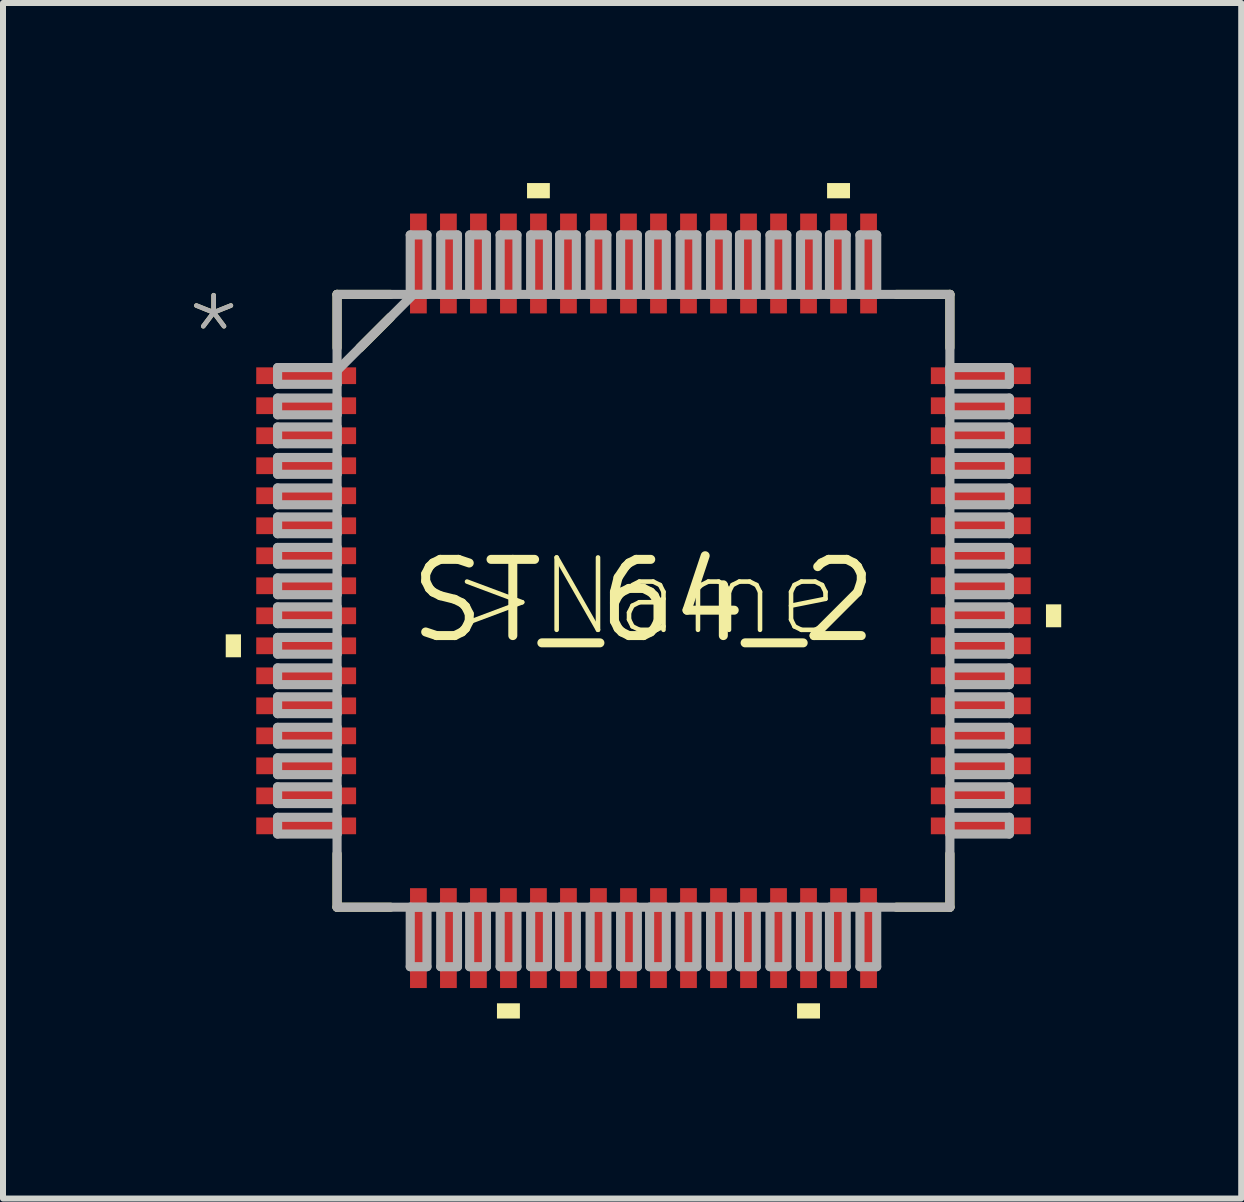
<source format=kicad_pcb>
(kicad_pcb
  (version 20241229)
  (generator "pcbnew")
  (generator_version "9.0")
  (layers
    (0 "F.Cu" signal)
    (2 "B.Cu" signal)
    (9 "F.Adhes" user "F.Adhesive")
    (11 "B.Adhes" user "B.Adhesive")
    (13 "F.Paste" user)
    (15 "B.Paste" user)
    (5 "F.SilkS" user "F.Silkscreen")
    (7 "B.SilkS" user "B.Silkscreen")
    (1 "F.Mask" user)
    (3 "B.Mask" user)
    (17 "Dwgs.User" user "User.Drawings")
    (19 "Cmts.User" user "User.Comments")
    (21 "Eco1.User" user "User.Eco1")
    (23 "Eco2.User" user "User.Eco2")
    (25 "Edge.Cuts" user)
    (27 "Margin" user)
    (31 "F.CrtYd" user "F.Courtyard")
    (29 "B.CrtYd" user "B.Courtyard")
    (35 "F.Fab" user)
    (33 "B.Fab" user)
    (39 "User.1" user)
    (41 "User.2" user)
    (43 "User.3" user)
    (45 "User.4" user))
  (footprint "ST_64_2"
    (layer "F.Cu")
    (at 7.671 6.96)
    (property "Reference" "ST_64_2" (at 0 0 0) (layer "F.SilkS") (effects (font (size 1.27 1.27) (thickness 0.15))))
    (attr through_hole)
    (fp_line (start -5.105 -5.105) (end -5.105 -4.216) (stroke (width 0.152) (type solid)) (layer "F.SilkS"))
    (fp_line (start -5.105 4.216) (end -5.105 5.105) (stroke (width 0.152) (type solid)) (layer "F.SilkS"))
    (fp_line (start -5.105 5.105) (end -4.216 5.105) (stroke (width 0.152) (type solid)) (layer "F.SilkS"))
    (fp_line (start -4.724 -4.216) (end -4.216 -4.724) (stroke (width 0.152) (type solid)) (layer "F.SilkS"))
    (fp_line (start -4.216 -5.105) (end -5.105 -5.105) (stroke (width 0.152) (type solid)) (layer "F.SilkS"))
    (fp_line (start 4.216 5.105) (end 5.105 5.105) (stroke (width 0.152) (type solid)) (layer "F.SilkS"))
    (fp_line (start 5.105 -5.105) (end 4.216 -5.105) (stroke (width 0.152) (type solid)) (layer "F.SilkS"))
    (fp_line (start 5.105 -4.216) (end 5.105 -5.105) (stroke (width 0.152) (type solid)) (layer "F.SilkS"))
    (fp_line (start 5.105 5.105) (end 5.105 4.216) (stroke (width 0.152) (type solid)) (layer "F.SilkS"))
    (fp_poly (pts (xy -6.96 0.559) (xy -6.96 0.941) (xy -6.706 0.941) (xy -6.706 0.559)) (stroke (width 0) (type solid)) (fill yes) (layer "F.SilkS"))
    (fp_poly (pts (xy -2.441 6.706) (xy -2.441 6.96) (xy -2.059 6.96) (xy -2.059 6.706)) (stroke (width 0) (type solid)) (fill yes) (layer "F.SilkS"))
    (fp_poly (pts (xy -1.94 -6.706) (xy -1.94 -6.96) (xy -1.56 -6.96) (xy -1.56 -6.706)) (stroke (width 0) (type solid)) (fill yes) (layer "F.SilkS"))
    (fp_poly (pts (xy 2.559 6.706) (xy 2.559 6.96) (xy 2.941 6.96) (xy 2.941 6.706)) (stroke (width 0) (type solid)) (fill yes) (layer "F.SilkS"))
    (fp_poly (pts (xy 3.059 -6.706) (xy 3.059 -6.96) (xy 3.441 -6.96) (xy 3.441 -6.706)) (stroke (width 0) (type solid)) (fill yes) (layer "F.SilkS"))
    (fp_poly (pts (xy 6.96 0.059) (xy 6.96 0.441) (xy 6.706 0.441) (xy 6.706 0.059)) (stroke (width 0) (type solid)) (fill yes) (layer "F.SilkS"))
    (fp_line (start -6.096 -3.886) (end -6.096 -3.607) (stroke (width 0.152) (type solid)) (layer "F.Fab"))
    (fp_line (start -6.096 -3.607) (end -5.105 -3.607) (stroke (width 0.152) (type solid)) (layer "F.Fab"))
    (fp_line (start -6.096 -3.378) (end -6.096 -3.099) (stroke (width 0.152) (type solid)) (layer "F.Fab"))
    (fp_line (start -6.096 -3.099) (end -5.105 -3.099) (stroke (width 0.152) (type solid)) (layer "F.Fab"))
    (fp_line (start -6.096 -2.896) (end -6.096 -2.616) (stroke (width 0.152) (type solid)) (layer "F.Fab"))
    (fp_line (start -6.096 -2.616) (end -5.105 -2.616) (stroke (width 0.152) (type solid)) (layer "F.Fab"))
    (fp_line (start -6.096 -2.388) (end -6.096 -2.108) (stroke (width 0.152) (type solid)) (layer "F.Fab"))
    (fp_line (start -6.096 -2.108) (end -5.105 -2.108) (stroke (width 0.152) (type solid)) (layer "F.Fab"))
    (fp_line (start -6.096 -1.88) (end -6.096 -1.6) (stroke (width 0.152) (type solid)) (layer "F.Fab"))
    (fp_line (start -6.096 -1.6) (end -5.105 -1.6) (stroke (width 0.152) (type solid)) (layer "F.Fab"))
    (fp_line (start -6.096 -1.397) (end -6.096 -1.118) (stroke (width 0.152) (type solid)) (layer "F.Fab"))
    (fp_line (start -6.096 -1.118) (end -5.105 -1.118) (stroke (width 0.152) (type solid)) (layer "F.Fab"))
    (fp_line (start -6.096 -0.889) (end -6.096 -0.61) (stroke (width 0.152) (type solid)) (layer "F.Fab"))
    (fp_line (start -6.096 -0.61) (end -5.105 -0.61) (stroke (width 0.152) (type solid)) (layer "F.Fab"))
    (fp_line (start -6.096 -0.381) (end -6.096 -0.102) (stroke (width 0.152) (type solid)) (layer "F.Fab"))
    (fp_line (start -6.096 -0.102) (end -5.105 -0.102) (stroke (width 0.152) (type solid)) (layer "F.Fab"))
    (fp_line (start -6.096 0.102) (end -6.096 0.381) (stroke (width 0.152) (type solid)) (layer "F.Fab"))
    (fp_line (start -6.096 0.381) (end -5.105 0.381) (stroke (width 0.152) (type solid)) (layer "F.Fab"))
    (fp_line (start -6.096 0.61) (end -6.096 0.889) (stroke (width 0.152) (type solid)) (layer "F.Fab"))
    (fp_line (start -6.096 0.889) (end -5.105 0.889) (stroke (width 0.152) (type solid)) (layer "F.Fab"))
    (fp_line (start -6.096 1.118) (end -6.096 1.397) (stroke (width 0.152) (type solid)) (layer "F.Fab"))
    (fp_line (start -6.096 1.397) (end -5.105 1.397) (stroke (width 0.152) (type solid)) (layer "F.Fab"))
    (fp_line (start -6.096 1.6) (end -6.096 1.88) (stroke (width 0.152) (type solid)) (layer "F.Fab"))
    (fp_line (start -6.096 1.88) (end -5.105 1.88) (stroke (width 0.152) (type solid)) (layer "F.Fab"))
    (fp_line (start -6.096 2.108) (end -6.096 2.388) (stroke (width 0.152) (type solid)) (layer "F.Fab"))
    (fp_line (start -6.096 2.388) (end -5.105 2.388) (stroke (width 0.152) (type solid)) (layer "F.Fab"))
    (fp_line (start -6.096 2.616) (end -6.096 2.896) (stroke (width 0.152) (type solid)) (layer "F.Fab"))
    (fp_line (start -6.096 2.896) (end -5.105 2.896) (stroke (width 0.152) (type solid)) (layer "F.Fab"))
    (fp_line (start -6.096 3.099) (end -6.096 3.378) (stroke (width 0.152) (type solid)) (layer "F.Fab"))
    (fp_line (start -6.096 3.378) (end -5.105 3.378) (stroke (width 0.152) (type solid)) (layer "F.Fab"))
    (fp_line (start -6.096 3.607) (end -6.096 3.886) (stroke (width 0.152) (type solid)) (layer "F.Fab"))
    (fp_line (start -6.096 3.886) (end -5.105 3.886) (stroke (width 0.152) (type solid)) (layer "F.Fab"))
    (fp_line (start -5.105 -5.105) (end -5.105 5.105) (stroke (width 0.152) (type solid)) (layer "F.Fab"))
    (fp_line (start -5.105 -3.886) (end -6.096 -3.886) (stroke (width 0.152) (type solid)) (layer "F.Fab"))
    (fp_line (start -5.105 -3.835) (end -5.105 -3.886) (stroke (width 0.152) (type solid)) (layer "F.Fab"))
    (fp_line (start -5.105 -3.835) (end -3.835 -5.105) (stroke (width 0.152) (type solid)) (layer "F.Fab"))
    (fp_line (start -5.105 -3.607) (end -5.105 -3.835) (stroke (width 0.152) (type solid)) (layer "F.Fab"))
    (fp_line (start -5.105 -3.378) (end -6.096 -3.378) (stroke (width 0.152) (type solid)) (layer "F.Fab"))
    (fp_line (start -5.105 -3.099) (end -5.105 -3.378) (stroke (width 0.152) (type solid)) (layer "F.Fab"))
    (fp_line (start -5.105 -2.896) (end -6.096 -2.896) (stroke (width 0.152) (type solid)) (layer "F.Fab"))
    (fp_line (start -5.105 -2.616) (end -5.105 -2.896) (stroke (width 0.152) (type solid)) (layer "F.Fab"))
    (fp_line (start -5.105 -2.388) (end -6.096 -2.388) (stroke (width 0.152) (type solid)) (layer "F.Fab"))
    (fp_line (start -5.105 -2.108) (end -5.105 -2.388) (stroke (width 0.152) (type solid)) (layer "F.Fab"))
    (fp_line (start -5.105 -1.88) (end -6.096 -1.88) (stroke (width 0.152) (type solid)) (layer "F.Fab"))
    (fp_line (start -5.105 -1.6) (end -5.105 -1.88) (stroke (width 0.152) (type solid)) (layer "F.Fab"))
    (fp_line (start -5.105 -1.397) (end -6.096 -1.397) (stroke (width 0.152) (type solid)) (layer "F.Fab"))
    (fp_line (start -5.105 -1.118) (end -5.105 -1.397) (stroke (width 0.152) (type solid)) (layer "F.Fab"))
    (fp_line (start -5.105 -0.889) (end -6.096 -0.889) (stroke (width 0.152) (type solid)) (layer "F.Fab"))
    (fp_line (start -5.105 -0.61) (end -5.105 -0.889) (stroke (width 0.152) (type solid)) (layer "F.Fab"))
    (fp_line (start -5.105 -0.381) (end -6.096 -0.381) (stroke (width 0.152) (type solid)) (layer "F.Fab"))
    (fp_line (start -5.105 -0.102) (end -5.105 -0.381) (stroke (width 0.152) (type solid)) (layer "F.Fab"))
    (fp_line (start -5.105 0.102) (end -6.096 0.102) (stroke (width 0.152) (type solid)) (layer "F.Fab"))
    (fp_line (start -5.105 0.381) (end -5.105 0.102) (stroke (width 0.152) (type solid)) (layer "F.Fab"))
    (fp_line (start -5.105 0.61) (end -6.096 0.61) (stroke (width 0.152) (type solid)) (layer "F.Fab"))
    (fp_line (start -5.105 0.889) (end -5.105 0.61) (stroke (width 0.152) (type solid)) (layer "F.Fab"))
    (fp_line (start -5.105 1.118) (end -6.096 1.118) (stroke (width 0.152) (type solid)) (layer "F.Fab"))
    (fp_line (start -5.105 1.397) (end -5.105 1.118) (stroke (width 0.152) (type solid)) (layer "F.Fab"))
    (fp_line (start -5.105 1.6) (end -6.096 1.6) (stroke (width 0.152) (type solid)) (layer "F.Fab"))
    (fp_line (start -5.105 1.88) (end -5.105 1.6) (stroke (width 0.152) (type solid)) (layer "F.Fab"))
    (fp_line (start -5.105 2.108) (end -6.096 2.108) (stroke (width 0.152) (type solid)) (layer "F.Fab"))
    (fp_line (start -5.105 2.388) (end -5.105 2.108) (stroke (width 0.152) (type solid)) (layer "F.Fab"))
    (fp_line (start -5.105 2.616) (end -6.096 2.616) (stroke (width 0.152) (type solid)) (layer "F.Fab"))
    (fp_line (start -5.105 2.896) (end -5.105 2.616) (stroke (width 0.152) (type solid)) (layer "F.Fab"))
    (fp_line (start -5.105 3.099) (end -6.096 3.099) (stroke (width 0.152) (type solid)) (layer "F.Fab"))
    (fp_line (start -5.105 3.378) (end -5.105 3.099) (stroke (width 0.152) (type solid)) (layer "F.Fab"))
    (fp_line (start -5.105 3.607) (end -6.096 3.607) (stroke (width 0.152) (type solid)) (layer "F.Fab"))
    (fp_line (start -5.105 3.886) (end -5.105 3.607) (stroke (width 0.152) (type solid)) (layer "F.Fab"))
    (fp_line (start -5.105 5.105) (end 5.105 5.105) (stroke (width 0.152) (type solid)) (layer "F.Fab"))
    (fp_line (start -3.886 -6.096) (end -3.886 -5.105) (stroke (width 0.152) (type solid)) (layer "F.Fab"))
    (fp_line (start -3.886 -5.105) (end -3.835 -5.105) (stroke (width 0.152) (type solid)) (layer "F.Fab"))
    (fp_line (start -3.886 5.105) (end -3.886 6.096) (stroke (width 0.152) (type solid)) (layer "F.Fab"))
    (fp_line (start -3.886 6.096) (end -3.607 6.096) (stroke (width 0.152) (type solid)) (layer "F.Fab"))
    (fp_line (start -3.835 -5.105) (end -3.607 -5.105) (stroke (width 0.152) (type solid)) (layer "F.Fab"))
    (fp_line (start -3.607 -6.096) (end -3.886 -6.096) (stroke (width 0.152) (type solid)) (layer "F.Fab"))
    (fp_line (start -3.607 -5.105) (end -3.607 -6.096) (stroke (width 0.152) (type solid)) (layer "F.Fab"))
    (fp_line (start -3.607 5.105) (end -3.886 5.105) (stroke (width 0.152) (type solid)) (layer "F.Fab"))
    (fp_line (start -3.607 6.096) (end -3.607 5.105) (stroke (width 0.152) (type solid)) (layer "F.Fab"))
    (fp_line (start -3.378 -6.096) (end -3.378 -5.105) (stroke (width 0.152) (type solid)) (layer "F.Fab"))
    (fp_line (start -3.378 -5.105) (end -3.099 -5.105) (stroke (width 0.152) (type solid)) (layer "F.Fab"))
    (fp_line (start -3.378 5.105) (end -3.378 6.096) (stroke (width 0.152) (type solid)) (layer "F.Fab"))
    (fp_line (start -3.378 6.096) (end -3.099 6.096) (stroke (width 0.152) (type solid)) (layer "F.Fab"))
    (fp_line (start -3.099 -6.096) (end -3.378 -6.096) (stroke (width 0.152) (type solid)) (layer "F.Fab"))
    (fp_line (start -3.099 -5.105) (end -3.099 -6.096) (stroke (width 0.152) (type solid)) (layer "F.Fab"))
    (fp_line (start -3.099 5.105) (end -3.378 5.105) (stroke (width 0.152) (type solid)) (layer "F.Fab"))
    (fp_line (start -3.099 6.096) (end -3.099 5.105) (stroke (width 0.152) (type solid)) (layer "F.Fab"))
    (fp_line (start -2.896 -6.096) (end -2.896 -5.105) (stroke (width 0.152) (type solid)) (layer "F.Fab"))
    (fp_line (start -2.896 -5.105) (end -2.616 -5.105) (stroke (width 0.152) (type solid)) (layer "F.Fab"))
    (fp_line (start -2.896 5.105) (end -2.896 6.096) (stroke (width 0.152) (type solid)) (layer "F.Fab"))
    (fp_line (start -2.896 6.096) (end -2.616 6.096) (stroke (width 0.152) (type solid)) (layer "F.Fab"))
    (fp_line (start -2.616 -6.096) (end -2.896 -6.096) (stroke (width 0.152) (type solid)) (layer "F.Fab"))
    (fp_line (start -2.616 -5.105) (end -2.616 -6.096) (stroke (width 0.152) (type solid)) (layer "F.Fab"))
    (fp_line (start -2.616 5.105) (end -2.896 5.105) (stroke (width 0.152) (type solid)) (layer "F.Fab"))
    (fp_line (start -2.616 6.096) (end -2.616 5.105) (stroke (width 0.152) (type solid)) (layer "F.Fab"))
    (fp_line (start -2.388 -6.096) (end -2.388 -5.105) (stroke (width 0.152) (type solid)) (layer "F.Fab"))
    (fp_line (start -2.388 -5.105) (end -2.108 -5.105) (stroke (width 0.152) (type solid)) (layer "F.Fab"))
    (fp_line (start -2.388 5.105) (end -2.388 6.096) (stroke (width 0.152) (type solid)) (layer "F.Fab"))
    (fp_line (start -2.388 6.096) (end -2.108 6.096) (stroke (width 0.152) (type solid)) (layer "F.Fab"))
    (fp_line (start -2.108 -6.096) (end -2.388 -6.096) (stroke (width 0.152) (type solid)) (layer "F.Fab"))
    (fp_line (start -2.108 -5.105) (end -2.108 -6.096) (stroke (width 0.152) (type solid)) (layer "F.Fab"))
    (fp_line (start -2.108 5.105) (end -2.388 5.105) (stroke (width 0.152) (type solid)) (layer "F.Fab"))
    (fp_line (start -2.108 6.096) (end -2.108 5.105) (stroke (width 0.152) (type solid)) (layer "F.Fab"))
    (fp_line (start -1.88 -6.096) (end -1.88 -5.105) (stroke (width 0.152) (type solid)) (layer "F.Fab"))
    (fp_line (start -1.88 -5.105) (end -1.6 -5.105) (stroke (width 0.152) (type solid)) (layer "F.Fab"))
    (fp_line (start -1.88 5.105) (end -1.88 6.096) (stroke (width 0.152) (type solid)) (layer "F.Fab"))
    (fp_line (start -1.88 6.096) (end -1.6 6.096) (stroke (width 0.152) (type solid)) (layer "F.Fab"))
    (fp_line (start -1.6 -6.096) (end -1.88 -6.096) (stroke (width 0.152) (type solid)) (layer "F.Fab"))
    (fp_line (start -1.6 -5.105) (end -1.6 -6.096) (stroke (width 0.152) (type solid)) (layer "F.Fab"))
    (fp_line (start -1.6 5.105) (end -1.88 5.105) (stroke (width 0.152) (type solid)) (layer "F.Fab"))
    (fp_line (start -1.6 6.096) (end -1.6 5.105) (stroke (width 0.152) (type solid)) (layer "F.Fab"))
    (fp_line (start -1.397 -6.096) (end -1.397 -5.105) (stroke (width 0.152) (type solid)) (layer "F.Fab"))
    (fp_line (start -1.397 -5.105) (end -1.118 -5.105) (stroke (width 0.152) (type solid)) (layer "F.Fab"))
    (fp_line (start -1.397 5.105) (end -1.397 6.096) (stroke (width 0.152) (type solid)) (layer "F.Fab"))
    (fp_line (start -1.397 6.096) (end -1.118 6.096) (stroke (width 0.152) (type solid)) (layer "F.Fab"))
    (fp_line (start -1.118 -6.096) (end -1.397 -6.096) (stroke (width 0.152) (type solid)) (layer "F.Fab"))
    (fp_line (start -1.118 -5.105) (end -1.118 -6.096) (stroke (width 0.152) (type solid)) (layer "F.Fab"))
    (fp_line (start -1.118 5.105) (end -1.397 5.105) (stroke (width 0.152) (type solid)) (layer "F.Fab"))
    (fp_line (start -1.118 6.096) (end -1.118 5.105) (stroke (width 0.152) (type solid)) (layer "F.Fab"))
    (fp_line (start -0.889 -6.096) (end -0.889 -5.105) (stroke (width 0.152) (type solid)) (layer "F.Fab"))
    (fp_line (start -0.889 -5.105) (end -0.61 -5.105) (stroke (width 0.152) (type solid)) (layer "F.Fab"))
    (fp_line (start -0.889 5.105) (end -0.889 6.096) (stroke (width 0.152) (type solid)) (layer "F.Fab"))
    (fp_line (start -0.889 6.096) (end -0.61 6.096) (stroke (width 0.152) (type solid)) (layer "F.Fab"))
    (fp_line (start -0.61 -6.096) (end -0.889 -6.096) (stroke (width 0.152) (type solid)) (layer "F.Fab"))
    (fp_line (start -0.61 -5.105) (end -0.61 -6.096) (stroke (width 0.152) (type solid)) (layer "F.Fab"))
    (fp_line (start -0.61 5.105) (end -0.889 5.105) (stroke (width 0.152) (type solid)) (layer "F.Fab"))
    (fp_line (start -0.61 6.096) (end -0.61 5.105) (stroke (width 0.152) (type solid)) (layer "F.Fab"))
    (fp_line (start -0.381 -6.096) (end -0.381 -5.105) (stroke (width 0.152) (type solid)) (layer "F.Fab"))
    (fp_line (start -0.381 -5.105) (end -0.102 -5.105) (stroke (width 0.152) (type solid)) (layer "F.Fab"))
    (fp_line (start -0.381 5.105) (end -0.381 6.096) (stroke (width 0.152) (type solid)) (layer "F.Fab"))
    (fp_line (start -0.381 6.096) (end -0.102 6.096) (stroke (width 0.152) (type solid)) (layer "F.Fab"))
    (fp_line (start -0.102 -6.096) (end -0.381 -6.096) (stroke (width 0.152) (type solid)) (layer "F.Fab"))
    (fp_line (start -0.102 -5.105) (end -0.102 -6.096) (stroke (width 0.152) (type solid)) (layer "F.Fab"))
    (fp_line (start -0.102 5.105) (end -0.381 5.105) (stroke (width 0.152) (type solid)) (layer "F.Fab"))
    (fp_line (start -0.102 6.096) (end -0.102 5.105) (stroke (width 0.152) (type solid)) (layer "F.Fab"))
    (fp_line (start 0.102 -6.096) (end 0.102 -5.105) (stroke (width 0.152) (type solid)) (layer "F.Fab"))
    (fp_line (start 0.102 -5.105) (end 0.381 -5.105) (stroke (width 0.152) (type solid)) (layer "F.Fab"))
    (fp_line (start 0.102 5.105) (end 0.102 6.096) (stroke (width 0.152) (type solid)) (layer "F.Fab"))
    (fp_line (start 0.102 6.096) (end 0.381 6.096) (stroke (width 0.152) (type solid)) (layer "F.Fab"))
    (fp_line (start 0.381 -6.096) (end 0.102 -6.096) (stroke (width 0.152) (type solid)) (layer "F.Fab"))
    (fp_line (start 0.381 -5.105) (end 0.381 -6.096) (stroke (width 0.152) (type solid)) (layer "F.Fab"))
    (fp_line (start 0.381 5.105) (end 0.102 5.105) (stroke (width 0.152) (type solid)) (layer "F.Fab"))
    (fp_line (start 0.381 6.096) (end 0.381 5.105) (stroke (width 0.152) (type solid)) (layer "F.Fab"))
    (fp_line (start 0.61 -6.096) (end 0.61 -5.105) (stroke (width 0.152) (type solid)) (layer "F.Fab"))
    (fp_line (start 0.61 -5.105) (end 0.889 -5.105) (stroke (width 0.152) (type solid)) (layer "F.Fab"))
    (fp_line (start 0.61 5.105) (end 0.61 6.096) (stroke (width 0.152) (type solid)) (layer "F.Fab"))
    (fp_line (start 0.61 6.096) (end 0.889 6.096) (stroke (width 0.152) (type solid)) (layer "F.Fab"))
    (fp_line (start 0.889 -6.096) (end 0.61 -6.096) (stroke (width 0.152) (type solid)) (layer "F.Fab"))
    (fp_line (start 0.889 -5.105) (end 0.889 -6.096) (stroke (width 0.152) (type solid)) (layer "F.Fab"))
    (fp_line (start 0.889 5.105) (end 0.61 5.105) (stroke (width 0.152) (type solid)) (layer "F.Fab"))
    (fp_line (start 0.889 6.096) (end 0.889 5.105) (stroke (width 0.152) (type solid)) (layer "F.Fab"))
    (fp_line (start 1.118 -6.096) (end 1.118 -5.105) (stroke (width 0.152) (type solid)) (layer "F.Fab"))
    (fp_line (start 1.118 -5.105) (end 1.397 -5.105) (stroke (width 0.152) (type solid)) (layer "F.Fab"))
    (fp_line (start 1.118 5.105) (end 1.118 6.096) (stroke (width 0.152) (type solid)) (layer "F.Fab"))
    (fp_line (start 1.118 6.096) (end 1.397 6.096) (stroke (width 0.152) (type solid)) (layer "F.Fab"))
    (fp_line (start 1.397 -6.096) (end 1.118 -6.096) (stroke (width 0.152) (type solid)) (layer "F.Fab"))
    (fp_line (start 1.397 -5.105) (end 1.397 -6.096) (stroke (width 0.152) (type solid)) (layer "F.Fab"))
    (fp_line (start 1.397 5.105) (end 1.118 5.105) (stroke (width 0.152) (type solid)) (layer "F.Fab"))
    (fp_line (start 1.397 6.096) (end 1.397 5.105) (stroke (width 0.152) (type solid)) (layer "F.Fab"))
    (fp_line (start 1.6 -6.096) (end 1.6 -5.105) (stroke (width 0.152) (type solid)) (layer "F.Fab"))
    (fp_line (start 1.6 -5.105) (end 1.88 -5.105) (stroke (width 0.152) (type solid)) (layer "F.Fab"))
    (fp_line (start 1.6 5.105) (end 1.6 6.096) (stroke (width 0.152) (type solid)) (layer "F.Fab"))
    (fp_line (start 1.6 6.096) (end 1.88 6.096) (stroke (width 0.152) (type solid)) (layer "F.Fab"))
    (fp_line (start 1.88 -6.096) (end 1.6 -6.096) (stroke (width 0.152) (type solid)) (layer "F.Fab"))
    (fp_line (start 1.88 -5.105) (end 1.88 -6.096) (stroke (width 0.152) (type solid)) (layer "F.Fab"))
    (fp_line (start 1.88 5.105) (end 1.6 5.105) (stroke (width 0.152) (type solid)) (layer "F.Fab"))
    (fp_line (start 1.88 6.096) (end 1.88 5.105) (stroke (width 0.152) (type solid)) (layer "F.Fab"))
    (fp_line (start 2.108 -6.096) (end 2.108 -5.105) (stroke (width 0.152) (type solid)) (layer "F.Fab"))
    (fp_line (start 2.108 -5.105) (end 2.388 -5.105) (stroke (width 0.152) (type solid)) (layer "F.Fab"))
    (fp_line (start 2.108 5.105) (end 2.108 6.096) (stroke (width 0.152) (type solid)) (layer "F.Fab"))
    (fp_line (start 2.108 6.096) (end 2.388 6.096) (stroke (width 0.152) (type solid)) (layer "F.Fab"))
    (fp_line (start 2.388 -6.096) (end 2.108 -6.096) (stroke (width 0.152) (type solid)) (layer "F.Fab"))
    (fp_line (start 2.388 -5.105) (end 2.388 -6.096) (stroke (width 0.152) (type solid)) (layer "F.Fab"))
    (fp_line (start 2.388 5.105) (end 2.108 5.105) (stroke (width 0.152) (type solid)) (layer "F.Fab"))
    (fp_line (start 2.388 6.096) (end 2.388 5.105) (stroke (width 0.152) (type solid)) (layer "F.Fab"))
    (fp_line (start 2.616 -6.096) (end 2.616 -5.105) (stroke (width 0.152) (type solid)) (layer "F.Fab"))
    (fp_line (start 2.616 -5.105) (end 2.896 -5.105) (stroke (width 0.152) (type solid)) (layer "F.Fab"))
    (fp_line (start 2.616 5.105) (end 2.616 6.096) (stroke (width 0.152) (type solid)) (layer "F.Fab"))
    (fp_line (start 2.616 6.096) (end 2.896 6.096) (stroke (width 0.152) (type solid)) (layer "F.Fab"))
    (fp_line (start 2.896 -6.096) (end 2.616 -6.096) (stroke (width 0.152) (type solid)) (layer "F.Fab"))
    (fp_line (start 2.896 -5.105) (end 2.896 -6.096) (stroke (width 0.152) (type solid)) (layer "F.Fab"))
    (fp_line (start 2.896 5.105) (end 2.616 5.105) (stroke (width 0.152) (type solid)) (layer "F.Fab"))
    (fp_line (start 2.896 6.096) (end 2.896 5.105) (stroke (width 0.152) (type solid)) (layer "F.Fab"))
    (fp_line (start 3.099 -6.096) (end 3.099 -5.105) (stroke (width 0.152) (type solid)) (layer "F.Fab"))
    (fp_line (start 3.099 -5.105) (end 3.378 -5.105) (stroke (width 0.152) (type solid)) (layer "F.Fab"))
    (fp_line (start 3.099 5.105) (end 3.099 6.096) (stroke (width 0.152) (type solid)) (layer "F.Fab"))
    (fp_line (start 3.099 6.096) (end 3.378 6.096) (stroke (width 0.152) (type solid)) (layer "F.Fab"))
    (fp_line (start 3.378 -6.096) (end 3.099 -6.096) (stroke (width 0.152) (type solid)) (layer "F.Fab"))
    (fp_line (start 3.378 -5.105) (end 3.378 -6.096) (stroke (width 0.152) (type solid)) (layer "F.Fab"))
    (fp_line (start 3.378 5.105) (end 3.099 5.105) (stroke (width 0.152) (type solid)) (layer "F.Fab"))
    (fp_line (start 3.378 6.096) (end 3.378 5.105) (stroke (width 0.152) (type solid)) (layer "F.Fab"))
    (fp_line (start 3.607 -6.096) (end 3.607 -5.105) (stroke (width 0.152) (type solid)) (layer "F.Fab"))
    (fp_line (start 3.607 -5.105) (end 3.886 -5.105) (stroke (width 0.152) (type solid)) (layer "F.Fab"))
    (fp_line (start 3.607 5.105) (end 3.607 6.096) (stroke (width 0.152) (type solid)) (layer "F.Fab"))
    (fp_line (start 3.607 6.096) (end 3.886 6.096) (stroke (width 0.152) (type solid)) (layer "F.Fab"))
    (fp_line (start 3.886 -6.096) (end 3.607 -6.096) (stroke (width 0.152) (type solid)) (layer "F.Fab"))
    (fp_line (start 3.886 -5.105) (end 3.886 -6.096) (stroke (width 0.152) (type solid)) (layer "F.Fab"))
    (fp_line (start 3.886 5.105) (end 3.607 5.105) (stroke (width 0.152) (type solid)) (layer "F.Fab"))
    (fp_line (start 3.886 6.096) (end 3.886 5.105) (stroke (width 0.152) (type solid)) (layer "F.Fab"))
    (fp_line (start 5.105 -5.105) (end -5.105 -5.105) (stroke (width 0.152) (type solid)) (layer "F.Fab"))
    (fp_line (start 5.105 -3.886) (end 5.105 -3.607) (stroke (width 0.152) (type solid)) (layer "F.Fab"))
    (fp_line (start 5.105 -3.607) (end 6.096 -3.607) (stroke (width 0.152) (type solid)) (layer "F.Fab"))
    (fp_line (start 5.105 -3.378) (end 5.105 -3.099) (stroke (width 0.152) (type solid)) (layer "F.Fab"))
    (fp_line (start 5.105 -3.099) (end 6.096 -3.099) (stroke (width 0.152) (type solid)) (layer "F.Fab"))
    (fp_line (start 5.105 -2.896) (end 5.105 -2.616) (stroke (width 0.152) (type solid)) (layer "F.Fab"))
    (fp_line (start 5.105 -2.616) (end 6.096 -2.616) (stroke (width 0.152) (type solid)) (layer "F.Fab"))
    (fp_line (start 5.105 -2.388) (end 5.105 -2.108) (stroke (width 0.152) (type solid)) (layer "F.Fab"))
    (fp_line (start 5.105 -2.108) (end 6.096 -2.108) (stroke (width 0.152) (type solid)) (layer "F.Fab"))
    (fp_line (start 5.105 -1.88) (end 5.105 -1.6) (stroke (width 0.152) (type solid)) (layer "F.Fab"))
    (fp_line (start 5.105 -1.6) (end 6.096 -1.6) (stroke (width 0.152) (type solid)) (layer "F.Fab"))
    (fp_line (start 5.105 -1.397) (end 5.105 -1.118) (stroke (width 0.152) (type solid)) (layer "F.Fab"))
    (fp_line (start 5.105 -1.118) (end 6.096 -1.118) (stroke (width 0.152) (type solid)) (layer "F.Fab"))
    (fp_line (start 5.105 -0.889) (end 5.105 -0.61) (stroke (width 0.152) (type solid)) (layer "F.Fab"))
    (fp_line (start 5.105 -0.61) (end 6.096 -0.61) (stroke (width 0.152) (type solid)) (layer "F.Fab"))
    (fp_line (start 5.105 -0.381) (end 5.105 -0.102) (stroke (width 0.152) (type solid)) (layer "F.Fab"))
    (fp_line (start 5.105 -0.102) (end 6.096 -0.102) (stroke (width 0.152) (type solid)) (layer "F.Fab"))
    (fp_line (start 5.105 0.102) (end 5.105 0.381) (stroke (width 0.152) (type solid)) (layer "F.Fab"))
    (fp_line (start 5.105 0.381) (end 6.096 0.381) (stroke (width 0.152) (type solid)) (layer "F.Fab"))
    (fp_line (start 5.105 0.61) (end 5.105 0.889) (stroke (width 0.152) (type solid)) (layer "F.Fab"))
    (fp_line (start 5.105 0.889) (end 6.096 0.889) (stroke (width 0.152) (type solid)) (layer "F.Fab"))
    (fp_line (start 5.105 1.118) (end 5.105 1.397) (stroke (width 0.152) (type solid)) (layer "F.Fab"))
    (fp_line (start 5.105 1.397) (end 6.096 1.397) (stroke (width 0.152) (type solid)) (layer "F.Fab"))
    (fp_line (start 5.105 1.6) (end 5.105 1.88) (stroke (width 0.152) (type solid)) (layer "F.Fab"))
    (fp_line (start 5.105 1.88) (end 6.096 1.88) (stroke (width 0.152) (type solid)) (layer "F.Fab"))
    (fp_line (start 5.105 2.108) (end 5.105 2.388) (stroke (width 0.152) (type solid)) (layer "F.Fab"))
    (fp_line (start 5.105 2.388) (end 6.096 2.388) (stroke (width 0.152) (type solid)) (layer "F.Fab"))
    (fp_line (start 5.105 2.616) (end 5.105 2.896) (stroke (width 0.152) (type solid)) (layer "F.Fab"))
    (fp_line (start 5.105 2.896) (end 6.096 2.896) (stroke (width 0.152) (type solid)) (layer "F.Fab"))
    (fp_line (start 5.105 3.099) (end 5.105 3.378) (stroke (width 0.152) (type solid)) (layer "F.Fab"))
    (fp_line (start 5.105 3.378) (end 6.096 3.378) (stroke (width 0.152) (type solid)) (layer "F.Fab"))
    (fp_line (start 5.105 3.607) (end 5.105 3.886) (stroke (width 0.152) (type solid)) (layer "F.Fab"))
    (fp_line (start 5.105 3.886) (end 6.096 3.886) (stroke (width 0.152) (type solid)) (layer "F.Fab"))
    (fp_line (start 5.105 5.105) (end 5.105 -5.105) (stroke (width 0.152) (type solid)) (layer "F.Fab"))
    (fp_line (start 6.096 -3.886) (end 5.105 -3.886) (stroke (width 0.152) (type solid)) (layer "F.Fab"))
    (fp_line (start 6.096 -3.607) (end 6.096 -3.886) (stroke (width 0.152) (type solid)) (layer "F.Fab"))
    (fp_line (start 6.096 -3.378) (end 5.105 -3.378) (stroke (width 0.152) (type solid)) (layer "F.Fab"))
    (fp_line (start 6.096 -3.099) (end 6.096 -3.378) (stroke (width 0.152) (type solid)) (layer "F.Fab"))
    (fp_line (start 6.096 -2.896) (end 5.105 -2.896) (stroke (width 0.152) (type solid)) (layer "F.Fab"))
    (fp_line (start 6.096 -2.616) (end 6.096 -2.896) (stroke (width 0.152) (type solid)) (layer "F.Fab"))
    (fp_line (start 6.096 -2.388) (end 5.105 -2.388) (stroke (width 0.152) (type solid)) (layer "F.Fab"))
    (fp_line (start 6.096 -2.108) (end 6.096 -2.388) (stroke (width 0.152) (type solid)) (layer "F.Fab"))
    (fp_line (start 6.096 -1.88) (end 5.105 -1.88) (stroke (width 0.152) (type solid)) (layer "F.Fab"))
    (fp_line (start 6.096 -1.6) (end 6.096 -1.88) (stroke (width 0.152) (type solid)) (layer "F.Fab"))
    (fp_line (start 6.096 -1.397) (end 5.105 -1.397) (stroke (width 0.152) (type solid)) (layer "F.Fab"))
    (fp_line (start 6.096 -1.118) (end 6.096 -1.397) (stroke (width 0.152) (type solid)) (layer "F.Fab"))
    (fp_line (start 6.096 -0.889) (end 5.105 -0.889) (stroke (width 0.152) (type solid)) (layer "F.Fab"))
    (fp_line (start 6.096 -0.61) (end 6.096 -0.889) (stroke (width 0.152) (type solid)) (layer "F.Fab"))
    (fp_line (start 6.096 -0.381) (end 5.105 -0.381) (stroke (width 0.152) (type solid)) (layer "F.Fab"))
    (fp_line (start 6.096 -0.102) (end 6.096 -0.381) (stroke (width 0.152) (type solid)) (layer "F.Fab"))
    (fp_line (start 6.096 0.102) (end 5.105 0.102) (stroke (width 0.152) (type solid)) (layer "F.Fab"))
    (fp_line (start 6.096 0.381) (end 6.096 0.102) (stroke (width 0.152) (type solid)) (layer "F.Fab"))
    (fp_line (start 6.096 0.61) (end 5.105 0.61) (stroke (width 0.152) (type solid)) (layer "F.Fab"))
    (fp_line (start 6.096 0.889) (end 6.096 0.61) (stroke (width 0.152) (type solid)) (layer "F.Fab"))
    (fp_line (start 6.096 1.118) (end 5.105 1.118) (stroke (width 0.152) (type solid)) (layer "F.Fab"))
    (fp_line (start 6.096 1.397) (end 6.096 1.118) (stroke (width 0.152) (type solid)) (layer "F.Fab"))
    (fp_line (start 6.096 1.6) (end 5.105 1.6) (stroke (width 0.152) (type solid)) (layer "F.Fab"))
    (fp_line (start 6.096 1.88) (end 6.096 1.6) (stroke (width 0.152) (type solid)) (layer "F.Fab"))
    (fp_line (start 6.096 2.108) (end 5.105 2.108) (stroke (width 0.152) (type solid)) (layer "F.Fab"))
    (fp_line (start 6.096 2.388) (end 6.096 2.108) (stroke (width 0.152) (type solid)) (layer "F.Fab"))
    (fp_line (start 6.096 2.616) (end 5.105 2.616) (stroke (width 0.152) (type solid)) (layer "F.Fab"))
    (fp_line (start 6.096 2.896) (end 6.096 2.616) (stroke (width 0.152) (type solid)) (layer "F.Fab"))
    (fp_line (start 6.096 3.099) (end 5.105 3.099) (stroke (width 0.152) (type solid)) (layer "F.Fab"))
    (fp_line (start 6.096 3.378) (end 6.096 3.099) (stroke (width 0.152) (type solid)) (layer "F.Fab"))
    (fp_line (start 6.096 3.607) (end 5.105 3.607) (stroke (width 0.152) (type solid)) (layer "F.Fab"))
    (fp_line (start 6.096 3.886) (end 6.096 3.607) (stroke (width 0.152) (type solid)) (layer "F.Fab"))
    (fp_text user ">Name" (at -3.277 0.635 0) (layer "F.SilkS") (effects (font (size 1.206 1.206) (thickness 0.076)) (justify left bottom)))
    (fp_text user "*" (at -7.671 -3.734 0) (layer "F.SilkS") (effects (font (size 1.206 1.206) (thickness 0.076)) (justify left bottom)))
    (fp_text user "*" (at -7.671 -3.734 0) (layer "F.Fab") (effects (font (size 1.206 1.206) (thickness 0.076)) (justify left bottom)))
    (pad "1" smd rect (at -5.62 -3.75 270) (size 0.279 1.664) (layers "F.Cu" "F.Mask" "F.Paste"))
    (pad "2" smd rect (at -5.62 -3.25 270) (size 0.279 1.664) (layers "F.Cu" "F.Mask" "F.Paste"))
    (pad "3" smd rect (at -5.62 -2.75 270) (size 0.279 1.664) (layers "F.Cu" "F.Mask" "F.Paste"))
    (pad "4" smd rect (at -5.62 -2.25 270) (size 0.279 1.664) (layers "F.Cu" "F.Mask" "F.Paste"))
    (pad "5" smd rect (at -5.62 -1.75 270) (size 0.279 1.664) (layers "F.Cu" "F.Mask" "F.Paste"))
    (pad "6" smd rect (at -5.62 -1.25 270) (size 0.279 1.664) (layers "F.Cu" "F.Mask" "F.Paste"))
    (pad "7" smd rect (at -5.62 -0.75 270) (size 0.279 1.664) (layers "F.Cu" "F.Mask" "F.Paste"))
    (pad "8" smd rect (at -5.62 -0.25 270) (size 0.279 1.664) (layers "F.Cu" "F.Mask" "F.Paste"))
    (pad "9" smd rect (at -5.62 0.25 270) (size 0.279 1.664) (layers "F.Cu" "F.Mask" "F.Paste"))
    (pad "10" smd rect (at -5.62 0.75 270) (size 0.279 1.664) (layers "F.Cu" "F.Mask" "F.Paste"))
    (pad "11" smd rect (at -5.62 1.25 270) (size 0.279 1.664) (layers "F.Cu" "F.Mask" "F.Paste"))
    (pad "12" smd rect (at -5.62 1.75 270) (size 0.279 1.664) (layers "F.Cu" "F.Mask" "F.Paste"))
    (pad "13" smd rect (at -5.62 2.25 270) (size 0.279 1.664) (layers "F.Cu" "F.Mask" "F.Paste"))
    (pad "14" smd rect (at -5.62 2.75 270) (size 0.279 1.664) (layers "F.Cu" "F.Mask" "F.Paste"))
    (pad "15" smd rect (at -5.62 3.25 270) (size 0.279 1.664) (layers "F.Cu" "F.Mask" "F.Paste"))
    (pad "16" smd rect (at -5.62 3.75 270) (size 0.279 1.664) (layers "F.Cu" "F.Mask" "F.Paste"))
    (pad "17" smd rect (at -3.75 5.62 180) (size 0.279 1.664) (layers "F.Cu" "F.Mask" "F.Paste"))
    (pad "18" smd rect (at -3.25 5.62 180) (size 0.279 1.664) (layers "F.Cu" "F.Mask" "F.Paste"))
    (pad "19" smd rect (at -2.75 5.62 180) (size 0.279 1.664) (layers "F.Cu" "F.Mask" "F.Paste"))
    (pad "20" smd rect (at -2.25 5.62 180) (size 0.279 1.664) (layers "F.Cu" "F.Mask" "F.Paste"))
    (pad "21" smd rect (at -1.75 5.62 180) (size 0.279 1.664) (layers "F.Cu" "F.Mask" "F.Paste"))
    (pad "22" smd rect (at -1.25 5.62 180) (size 0.279 1.664) (layers "F.Cu" "F.Mask" "F.Paste"))
    (pad "23" smd rect (at -0.75 5.62 180) (size 0.279 1.664) (layers "F.Cu" "F.Mask" "F.Paste"))
    (pad "24" smd rect (at -0.25 5.62 180) (size 0.279 1.664) (layers "F.Cu" "F.Mask" "F.Paste"))
    (pad "25" smd rect (at 0.25 5.62 180) (size 0.279 1.664) (layers "F.Cu" "F.Mask" "F.Paste"))
    (pad "26" smd rect (at 0.75 5.62 180) (size 0.279 1.664) (layers "F.Cu" "F.Mask" "F.Paste"))
    (pad "27" smd rect (at 1.25 5.62 180) (size 0.279 1.664) (layers "F.Cu" "F.Mask" "F.Paste"))
    (pad "28" smd rect (at 1.75 5.62 180) (size 0.279 1.664) (layers "F.Cu" "F.Mask" "F.Paste"))
    (pad "29" smd rect (at 2.25 5.62 180) (size 0.279 1.664) (layers "F.Cu" "F.Mask" "F.Paste"))
    (pad "30" smd rect (at 2.75 5.62 180) (size 0.279 1.664) (layers "F.Cu" "F.Mask" "F.Paste"))
    (pad "31" smd rect (at 3.25 5.62 180) (size 0.279 1.664) (layers "F.Cu" "F.Mask" "F.Paste"))
    (pad "32" smd rect (at 3.75 5.62 180) (size 0.279 1.664) (layers "F.Cu" "F.Mask" "F.Paste"))
    (pad "33" smd rect (at 5.62 3.75 270) (size 0.279 1.664) (layers "F.Cu" "F.Mask" "F.Paste"))
    (pad "34" smd rect (at 5.62 3.25 270) (size 0.279 1.664) (layers "F.Cu" "F.Mask" "F.Paste"))
    (pad "35" smd rect (at 5.62 2.75 270) (size 0.279 1.664) (layers "F.Cu" "F.Mask" "F.Paste"))
    (pad "36" smd rect (at 5.62 2.25 270) (size 0.279 1.664) (layers "F.Cu" "F.Mask" "F.Paste"))
    (pad "37" smd rect (at 5.62 1.75 270) (size 0.279 1.664) (layers "F.Cu" "F.Mask" "F.Paste"))
    (pad "38" smd rect (at 5.62 1.25 270) (size 0.279 1.664) (layers "F.Cu" "F.Mask" "F.Paste"))
    (pad "39" smd rect (at 5.62 0.75 270) (size 0.279 1.664) (layers "F.Cu" "F.Mask" "F.Paste"))
    (pad "40" smd rect (at 5.62 0.25 270) (size 0.279 1.664) (layers "F.Cu" "F.Mask" "F.Paste"))
    (pad "41" smd rect (at 5.62 -0.25 270) (size 0.279 1.664) (layers "F.Cu" "F.Mask" "F.Paste"))
    (pad "42" smd rect (at 5.62 -0.75 270) (size 0.279 1.664) (layers "F.Cu" "F.Mask" "F.Paste"))
    (pad "43" smd rect (at 5.62 -1.25 270) (size 0.279 1.664) (layers "F.Cu" "F.Mask" "F.Paste"))
    (pad "44" smd rect (at 5.62 -1.75 270) (size 0.279 1.664) (layers "F.Cu" "F.Mask" "F.Paste"))
    (pad "45" smd rect (at 5.62 -2.25 270) (size 0.279 1.664) (layers "F.Cu" "F.Mask" "F.Paste"))
    (pad "46" smd rect (at 5.62 -2.75 270) (size 0.279 1.664) (layers "F.Cu" "F.Mask" "F.Paste"))
    (pad "47" smd rect (at 5.62 -3.25 270) (size 0.279 1.664) (layers "F.Cu" "F.Mask" "F.Paste"))
    (pad "48" smd rect (at 5.62 -3.75 270) (size 0.279 1.664) (layers "F.Cu" "F.Mask" "F.Paste"))
    (pad "49" smd rect (at 3.75 -5.62 180) (size 0.279 1.664) (layers "F.Cu" "F.Mask" "F.Paste"))
    (pad "50" smd rect (at 3.25 -5.62 180) (size 0.279 1.664) (layers "F.Cu" "F.Mask" "F.Paste"))
    (pad "51" smd rect (at 2.75 -5.62 180) (size 0.279 1.664) (layers "F.Cu" "F.Mask" "F.Paste"))
    (pad "52" smd rect (at 2.25 -5.62 180) (size 0.279 1.664) (layers "F.Cu" "F.Mask" "F.Paste"))
    (pad "53" smd rect (at 1.75 -5.62 180) (size 0.279 1.664) (layers "F.Cu" "F.Mask" "F.Paste"))
    (pad "54" smd rect (at 1.25 -5.62 180) (size 0.279 1.664) (layers "F.Cu" "F.Mask" "F.Paste"))
    (pad "55" smd rect (at 0.75 -5.62 180) (size 0.279 1.664) (layers "F.Cu" "F.Mask" "F.Paste"))
    (pad "56" smd rect (at 0.25 -5.62 180) (size 0.279 1.664) (layers "F.Cu" "F.Mask" "F.Paste"))
    (pad "57" smd rect (at -0.25 -5.62 180) (size 0.279 1.664) (layers "F.Cu" "F.Mask" "F.Paste"))
    (pad "58" smd rect (at -0.75 -5.62 180) (size 0.279 1.664) (layers "F.Cu" "F.Mask" "F.Paste"))
    (pad "59" smd rect (at -1.25 -5.62 180) (size 0.279 1.664) (layers "F.Cu" "F.Mask" "F.Paste"))
    (pad "60" smd rect (at -1.75 -5.62 180) (size 0.279 1.664) (layers "F.Cu" "F.Mask" "F.Paste"))
    (pad "61" smd rect (at -2.25 -5.62 180) (size 0.279 1.664) (layers "F.Cu" "F.Mask" "F.Paste"))
    (pad "62" smd rect (at -2.75 -5.62 180) (size 0.279 1.664) (layers "F.Cu" "F.Mask" "F.Paste"))
    (pad "63" smd rect (at -3.25 -5.62 180) (size 0.279 1.664) (layers "F.Cu" "F.Mask" "F.Paste"))
    (pad "64" smd rect (at -3.75 -5.62 180) (size 0.279 1.664) (layers "F.Cu" "F.Mask" "F.Paste")))
  (gr_rect
    (start -3 -3)
    (end 17.63 16.919)
    (stroke (width 0.1) (type default))
    (fill no)
    (layer "Edge.Cuts")))
</source>
